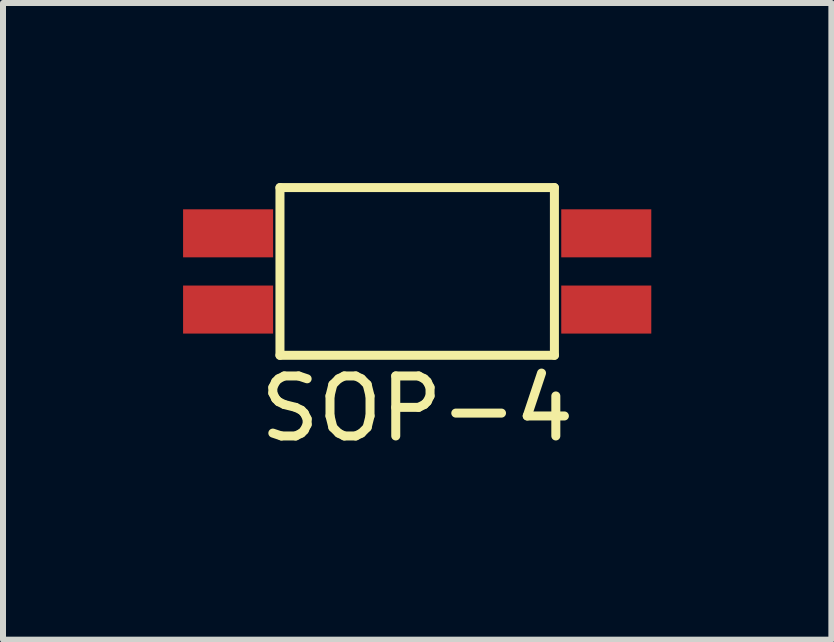
<source format=kicad_pcb>
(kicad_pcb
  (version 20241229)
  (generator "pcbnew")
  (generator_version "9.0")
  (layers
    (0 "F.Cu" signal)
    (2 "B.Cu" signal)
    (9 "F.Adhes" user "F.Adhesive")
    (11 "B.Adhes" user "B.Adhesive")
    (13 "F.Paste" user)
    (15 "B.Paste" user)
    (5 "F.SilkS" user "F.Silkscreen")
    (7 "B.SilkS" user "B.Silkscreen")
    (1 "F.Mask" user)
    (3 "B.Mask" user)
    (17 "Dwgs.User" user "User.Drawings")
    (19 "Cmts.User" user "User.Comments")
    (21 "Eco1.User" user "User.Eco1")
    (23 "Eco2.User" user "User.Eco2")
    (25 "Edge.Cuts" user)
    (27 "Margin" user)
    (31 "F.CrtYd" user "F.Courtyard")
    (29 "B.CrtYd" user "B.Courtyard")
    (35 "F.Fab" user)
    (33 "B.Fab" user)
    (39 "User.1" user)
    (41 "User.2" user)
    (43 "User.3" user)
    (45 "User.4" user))
  (footprint "SOP-4"
    (layer "F.Cu")
    (at 3.9 1.472)
    (property "Reference" "SOP-4" (at 0 2.286 0) (layer "F.SilkS") (effects (font (size 1 1) (thickness 0.15))))
    (attr through_hole)
    (fp_line (start -2.286 -1.397) (end -2.286 1.397) (stroke (width 0.15) (type solid)) (layer "F.SilkS"))
    (fp_line (start -2.286 1.397) (end 2.286 1.397) (stroke (width 0.15) (type solid)) (layer "F.SilkS"))
    (fp_line (start 2.286 -1.397) (end -2.286 -1.397) (stroke (width 0.15) (type solid)) (layer "F.SilkS"))
    (fp_line (start 2.286 1.397) (end 2.286 -1.397) (stroke (width 0.15) (type solid)) (layer "F.SilkS"))
    (pad "1" smd rect (at -3.15 -0.635) (size 1.5 0.8) (layers "F.Cu" "F.Mask" "F.Paste"))
    (pad "2" smd rect (at -3.15 0.635) (size 1.5 0.8) (layers "F.Cu" "F.Mask" "F.Paste"))
    (pad "3" smd rect (at 3.15 0.635) (size 1.5 0.8) (layers "F.Cu" "F.Mask" "F.Paste"))
    (pad "4" smd rect (at 3.15 -0.635) (size 1.5 0.8) (layers "F.Cu" "F.Mask" "F.Paste")))
  (gr_rect
    (start -3 -3)
    (end 10.8 7.606)
    (stroke (width 0.1) (type default))
    (fill no)
    (layer "Edge.Cuts")))
</source>
